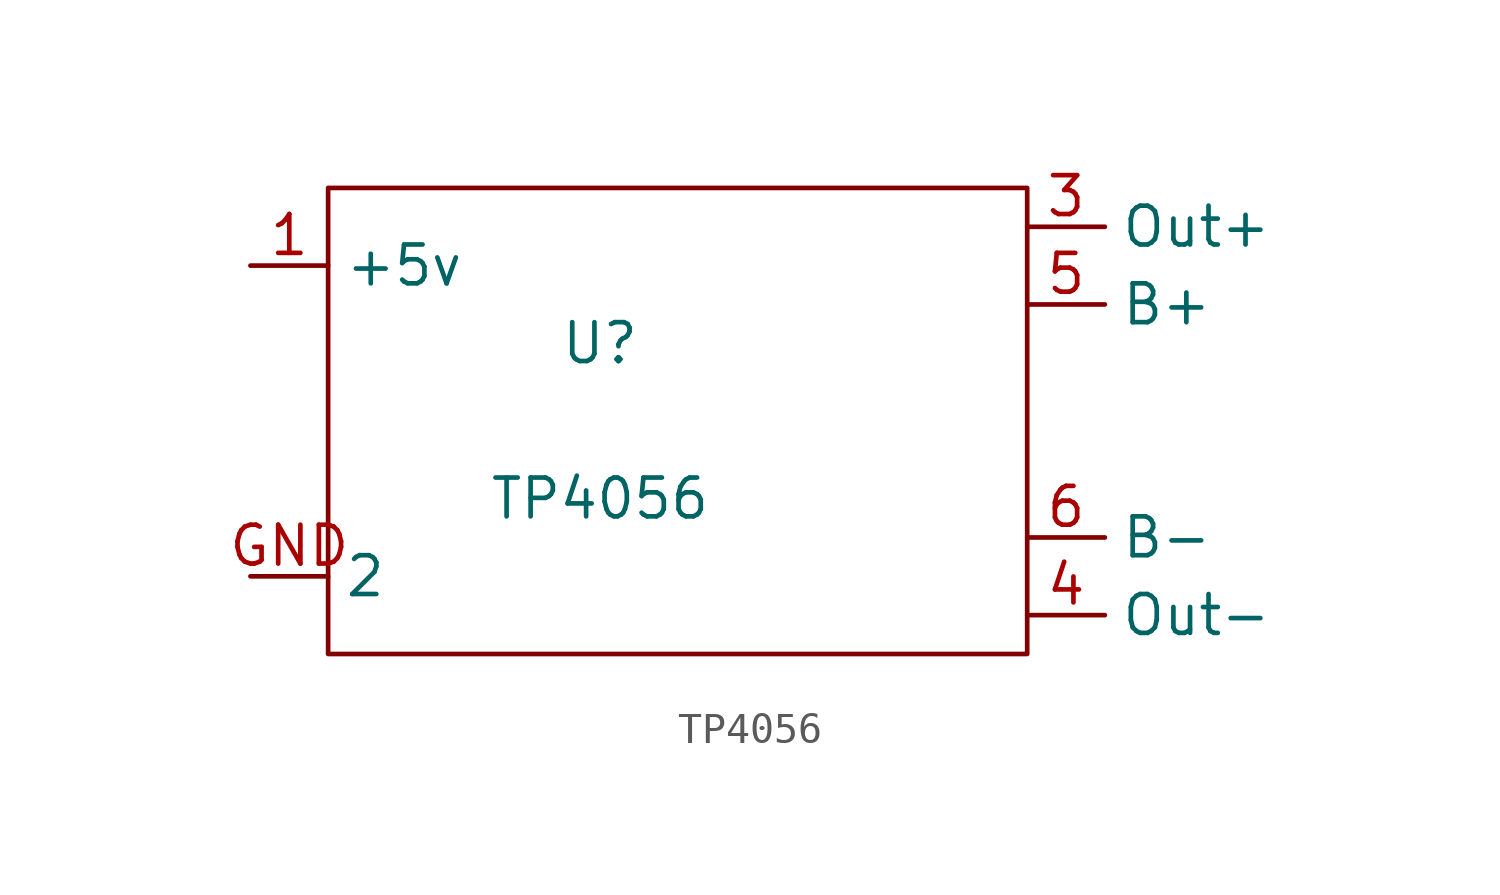
<source format=kicad_sym>
(kicad_symbol_lib
  (version 20211014)
  (generator kicad_symbol_editor)
  (symbol "TP4056"
    (property "Reference" "U"
      (at 0 2.54 0)
      (effects (font (size 1.27 1.27))))
    (property "Value" "TP4056"
      (at 0 -2.54 0)
      (effects (font (size 1.27 1.27))))
    (symbol "TP4056_0_1"
      (rectangle (start 13.97 -7.62) (end -8.89 7.62) (stroke (width 0) (type default) (color 0 0 0 0)) (fill (type none))))
    (symbol "TP4056_1_1"
      (pin power_out line (at -11.43 5.08 0) (length 2.54) (name "+5v" (effects (font (size 1.27 1.27)))) (number "1" (effects (font (size 1.27 1.27)))))
      (pin power_out line (at 13.97 6.35 0) (length 2.54) (name "Out+" (effects (font (size 1.27 1.27)))) (number "3" (effects (font (size 1.27 1.27)))))
      (pin power_out line (at 13.97 -6.35 0) (length 2.54) (name "Out-" (effects (font (size 1.27 1.27)))) (number "4" (effects (font (size 1.27 1.27)))))
      (pin power_out line (at 13.97 3.81 0) (length 2.54) (name "B+" (effects (font (size 1.27 1.27)))) (number "5" (effects (font (size 1.27 1.27)))))
      (pin power_out line (at 13.97 -3.81 0) (length 2.54) (name "B-" (effects (font (size 1.27 1.27)))) (number "6" (effects (font (size 1.27 1.27)))))
      (pin power_out line (at -11.43 -5.08 0) (length 2.54) (name "2" (effects (font (size 1.27 1.27)))) (number "GND" (effects (font (size 1.27 1.27))))))))
</source>
